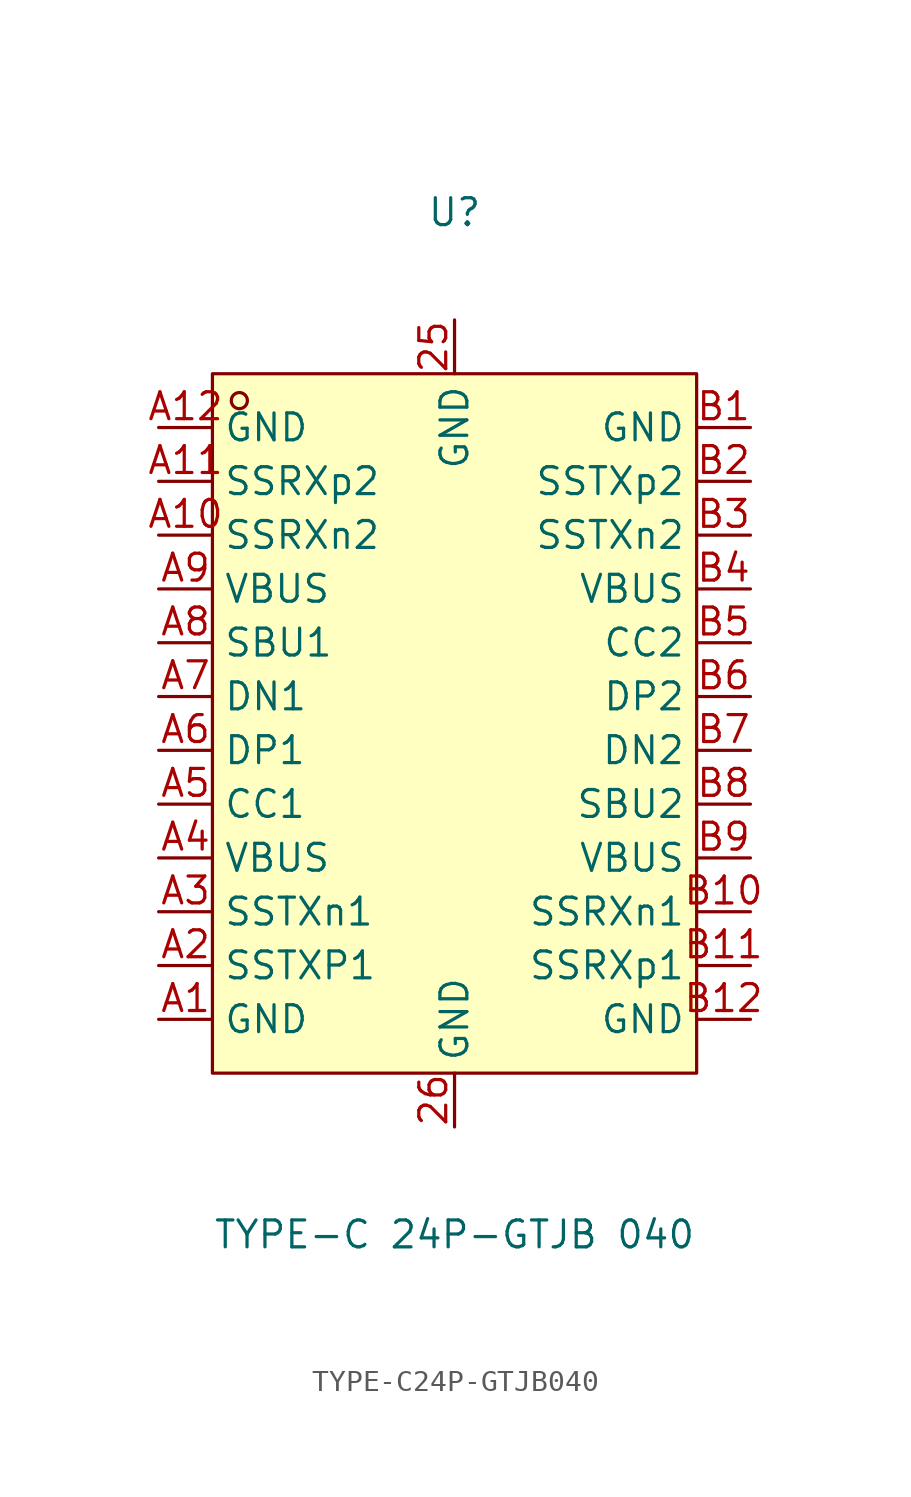
<source format=kicad_sym>
(kicad_symbol_lib
  (version 20241209)
  (generator "kicad_symbol_editor")
  (generator_version "9.0")
  (symbol "TYPE-C24P-GTJB040"
    (property "Reference" "U"
      (at 0 24.13 0)
      (effects (font (size 1.27 1.27))))
    (property "Value" "TYPE-C 24P-GTJB 040"
      (at 0 -24.13 0)
      (effects (font (size 1.27 1.27))))
    (symbol "TYPE-C24P-GTJB040_0_1"
      (rectangle (start -11.43 16.51) (end 11.43 -16.51) (stroke (width 0) (type default)) (fill (type background)))
      (circle (center -10.16 15.24) (radius 0.38) (stroke (width 0) (type default)) (fill (type none)))
      (pin unspecified line (at -13.97 13.97 0) (length 2.54) (name "GND" (effects (font (size 1.27 1.27)))) (number "A12" (effects (font (size 1.27 1.27)))))
      (pin unspecified line (at -13.97 11.43 0) (length 2.54) (name "SSRXp2" (effects (font (size 1.27 1.27)))) (number "A11" (effects (font (size 1.27 1.27)))))
      (pin unspecified line (at -13.97 8.89 0) (length 2.54) (name "SSRXn2" (effects (font (size 1.27 1.27)))) (number "A10" (effects (font (size 1.27 1.27)))))
      (pin unspecified line (at -13.97 6.35 0) (length 2.54) (name "VBUS" (effects (font (size 1.27 1.27)))) (number "A9" (effects (font (size 1.27 1.27)))))
      (pin unspecified line (at -13.97 3.81 0) (length 2.54) (name "SBU1" (effects (font (size 1.27 1.27)))) (number "A8" (effects (font (size 1.27 1.27)))))
      (pin unspecified line (at -13.97 1.27 0) (length 2.54) (name "DN1" (effects (font (size 1.27 1.27)))) (number "A7" (effects (font (size 1.27 1.27)))))
      (pin unspecified line (at -13.97 -1.27 0) (length 2.54) (name "DP1" (effects (font (size 1.27 1.27)))) (number "A6" (effects (font (size 1.27 1.27)))))
      (pin unspecified line (at -13.97 -3.81 0) (length 2.54) (name "CC1" (effects (font (size 1.27 1.27)))) (number "A5" (effects (font (size 1.27 1.27)))))
      (pin unspecified line (at -13.97 -6.35 0) (length 2.54) (name "VBUS" (effects (font (size 1.27 1.27)))) (number "A4" (effects (font (size 1.27 1.27)))))
      (pin unspecified line (at -13.97 -8.89 0) (length 2.54) (name "SSTXn1" (effects (font (size 1.27 1.27)))) (number "A3" (effects (font (size 1.27 1.27)))))
      (pin unspecified line (at -13.97 -11.43 0) (length 2.54) (name "SSTXP1" (effects (font (size 1.27 1.27)))) (number "A2" (effects (font (size 1.27 1.27)))))
      (pin unspecified line (at -13.97 -13.97 0) (length 2.54) (name "GND" (effects (font (size 1.27 1.27)))) (number "A1" (effects (font (size 1.27 1.27)))))
      (pin unspecified line (at 0 19.05 270) (length 2.54) (name "GND" (effects (font (size 1.27 1.27)))) (number "25" (effects (font (size 1.27 1.27)))))
      (pin unspecified line (at 0 -19.05 90) (length 2.54) (name "GND" (effects (font (size 1.27 1.27)))) (number "26" (effects (font (size 1.27 1.27)))))
      (pin unspecified line (at 13.97 13.97 180) (length 2.54) (name "GND" (effects (font (size 1.27 1.27)))) (number "B1" (effects (font (size 1.27 1.27)))))
      (pin unspecified line (at 13.97 11.43 180) (length 2.54) (name "SSTXp2" (effects (font (size 1.27 1.27)))) (number "B2" (effects (font (size 1.27 1.27)))))
      (pin unspecified line (at 13.97 8.89 180) (length 2.54) (name "SSTXn2" (effects (font (size 1.27 1.27)))) (number "B3" (effects (font (size 1.27 1.27)))))
      (pin unspecified line (at 13.97 6.35 180) (length 2.54) (name "VBUS" (effects (font (size 1.27 1.27)))) (number "B4" (effects (font (size 1.27 1.27)))))
      (pin unspecified line (at 13.97 3.81 180) (length 2.54) (name "CC2" (effects (font (size 1.27 1.27)))) (number "B5" (effects (font (size 1.27 1.27)))))
      (pin unspecified line (at 13.97 1.27 180) (length 2.54) (name "DP2" (effects (font (size 1.27 1.27)))) (number "B6" (effects (font (size 1.27 1.27)))))
      (pin unspecified line (at 13.97 -1.27 180) (length 2.54) (name "DN2" (effects (font (size 1.27 1.27)))) (number "B7" (effects (font (size 1.27 1.27)))))
      (pin unspecified line (at 13.97 -3.81 180) (length 2.54) (name "SBU2" (effects (font (size 1.27 1.27)))) (number "B8" (effects (font (size 1.27 1.27)))))
      (pin unspecified line (at 13.97 -6.35 180) (length 2.54) (name "VBUS" (effects (font (size 1.27 1.27)))) (number "B9" (effects (font (size 1.27 1.27)))))
      (pin unspecified line (at 13.97 -8.89 180) (length 2.54) (name "SSRXn1" (effects (font (size 1.27 1.27)))) (number "B10" (effects (font (size 1.27 1.27)))))
      (pin unspecified line (at 13.97 -11.43 180) (length 2.54) (name "SSRXp1" (effects (font (size 1.27 1.27)))) (number "B11" (effects (font (size 1.27 1.27)))))
      (pin unspecified line (at 13.97 -13.97 180) (length 2.54) (name "GND" (effects (font (size 1.27 1.27)))) (number "B12" (effects (font (size 1.27 1.27))))))))
</source>
